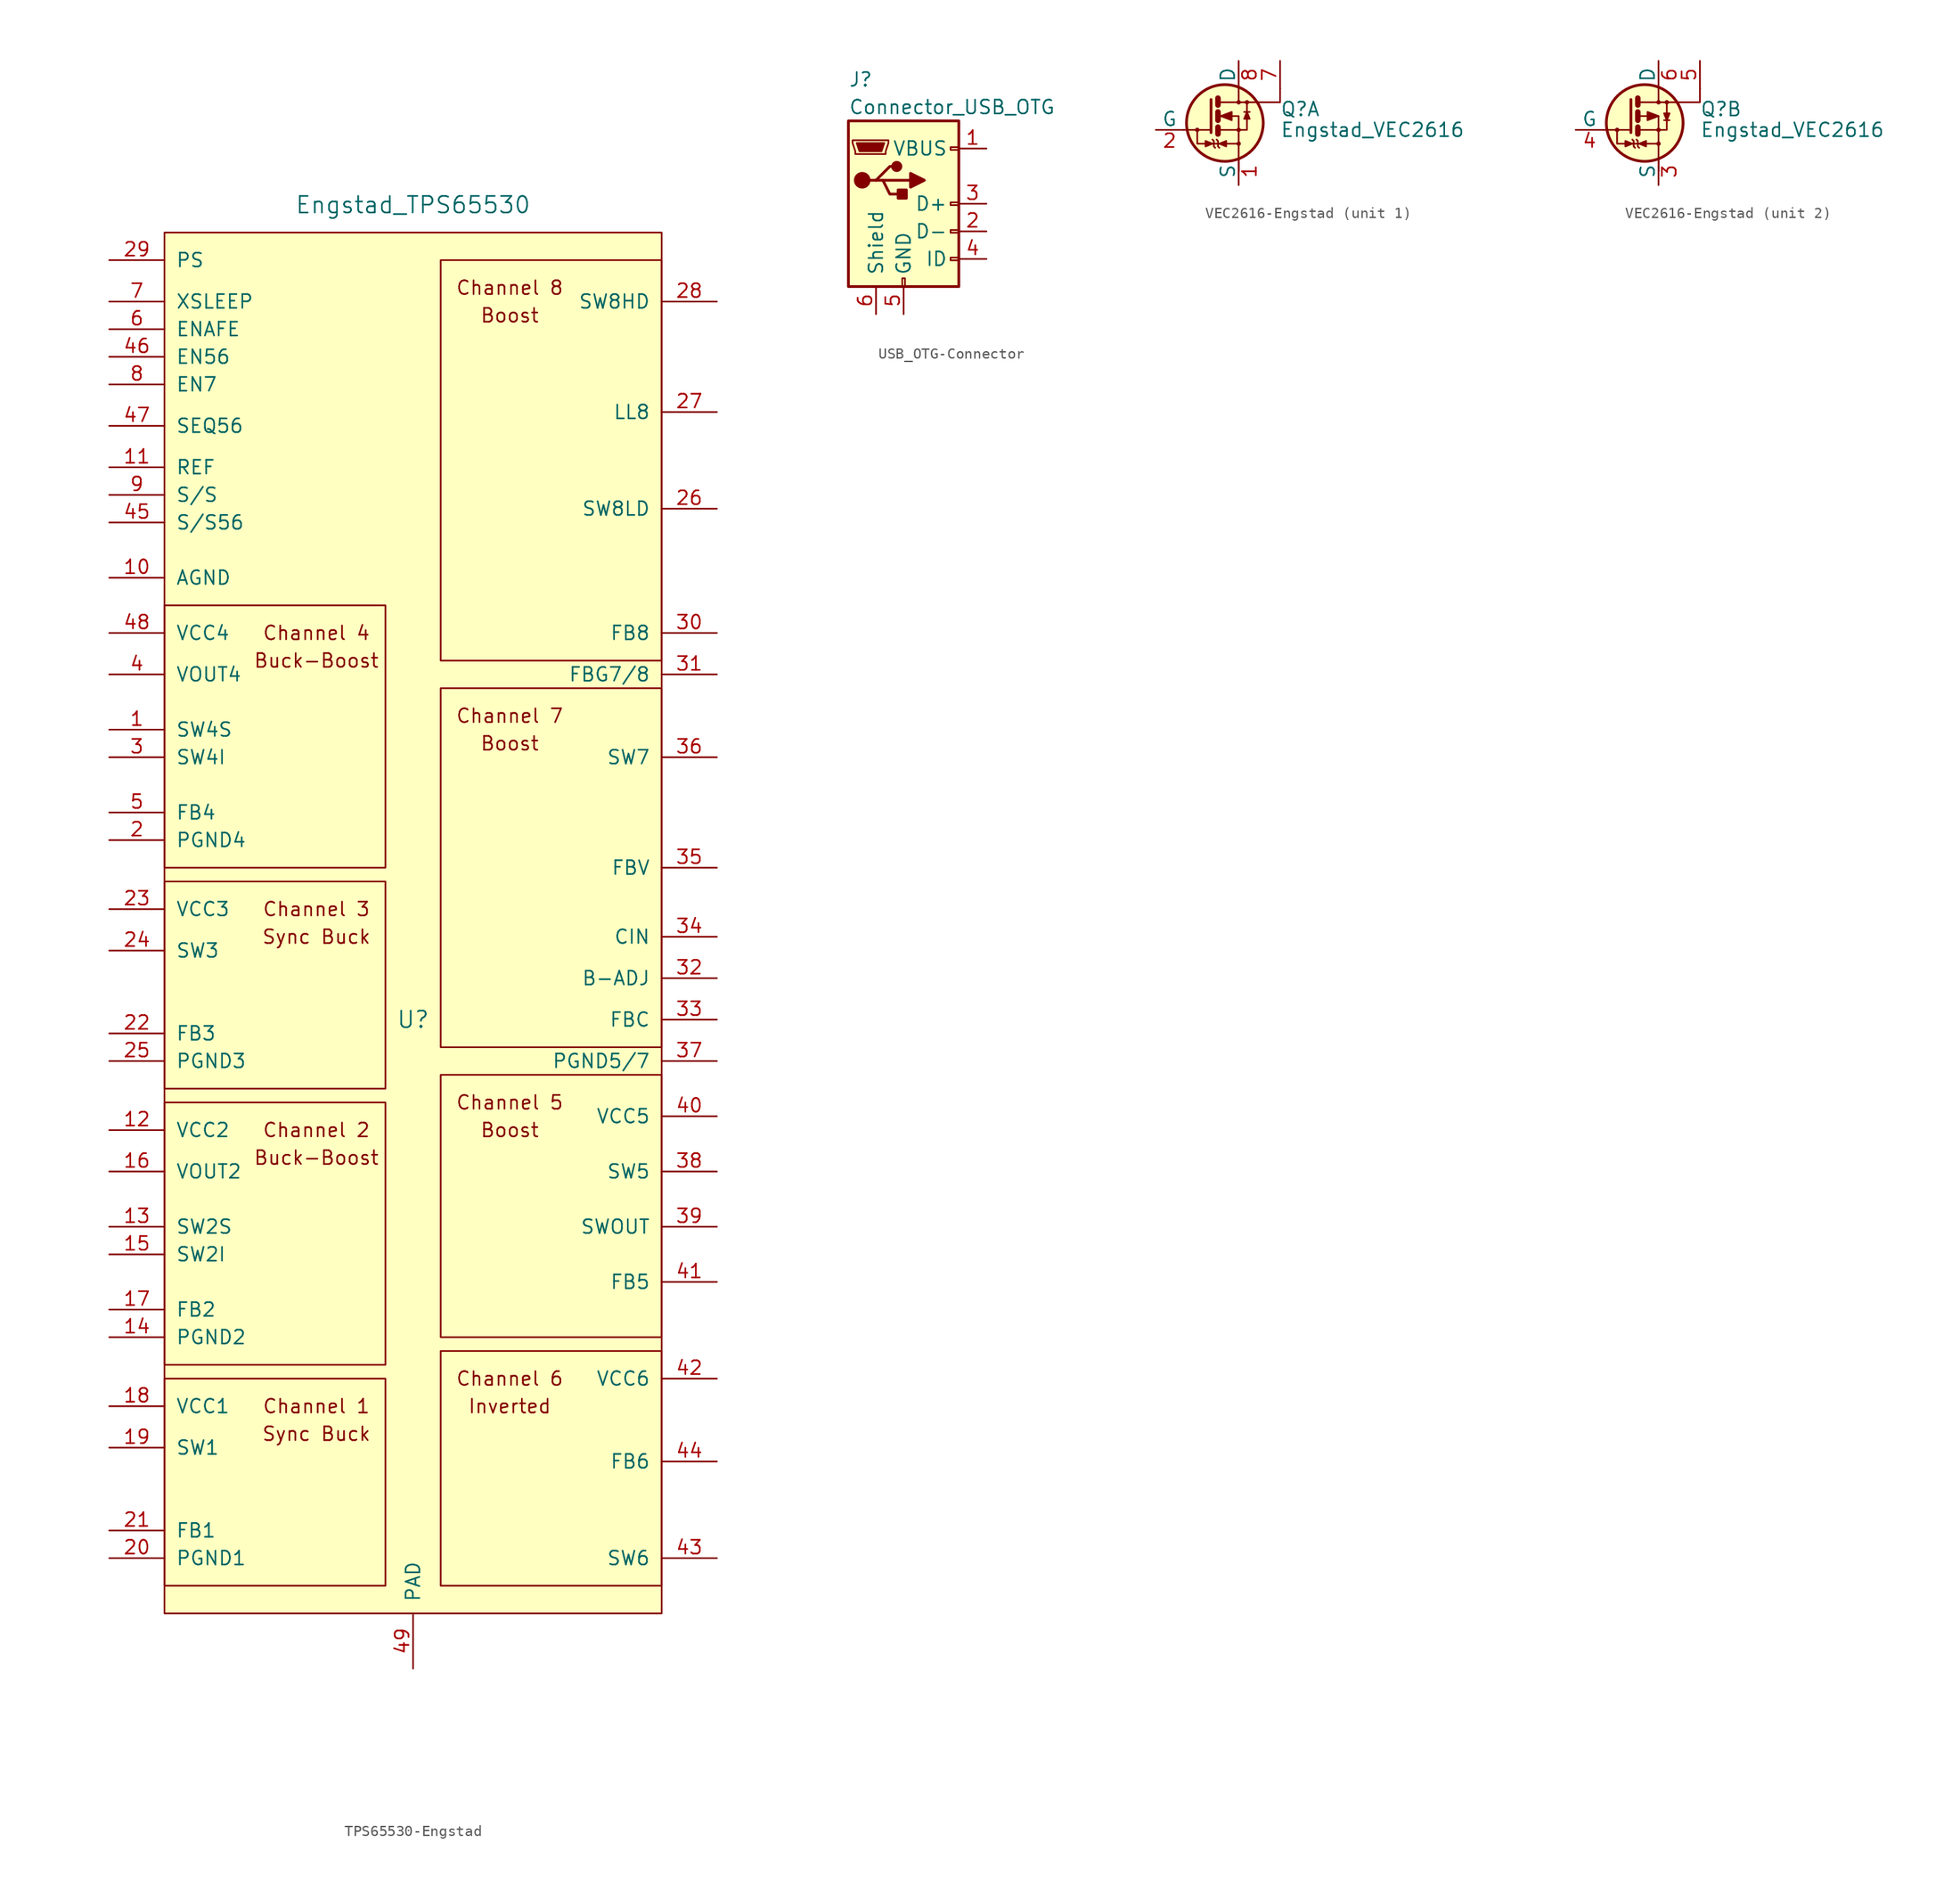
<source format=kicad_sym>
(kicad_symbol_lib
  (version 20220914)
  (generator kicad_symbol_editor)
  (symbol "TPS65530-Engstad"
    (pin_names
      (offset 1.016))
    (property "Reference" "U"
      (at 0 -8.89 0)
      (effects (font (size 1.524 1.524))))
    (property "Value" "Engstad_TPS65530"
      (at 0 66.04 0)
      (effects (font (size 1.524 1.524))))
    (property "Footprint" ""
      (at 0 0 0)
      (effects (font (size 1.524 1.524))))
    (property "Datasheet" ""
      (at 0 0 0)
      (effects (font (size 1.524 1.524))))
    (symbol "TPS65530-Engstad_0_0"
      (rectangle (start -22.86 -60.96) (end -2.54 -41.91) (stroke (width 0) (type solid)) (fill (type none)))
      (rectangle (start -22.86 -40.64) (end -2.54 -16.51) (stroke (width 0) (type solid)) (fill (type none)))
      (rectangle (start -22.86 -15.24) (end -2.54 3.81) (stroke (width 0) (type solid)) (fill (type none)))
      (rectangle (start -22.86 5.08) (end -2.54 29.21) (stroke (width 0) (type solid)) (fill (type none)))
      (rectangle (start 22.86 -39.37) (end 2.54 -60.96) (stroke (width 0) (type solid)) (fill (type none)))
      (rectangle (start 22.86 -13.97) (end 2.54 -38.1) (stroke (width 0) (type solid)) (fill (type none)))
      (rectangle (start 22.86 21.59) (end 2.54 -11.43) (stroke (width 0) (type solid)) (fill (type none)))
      (rectangle (start 22.86 60.96) (end 2.54 24.13) (stroke (width 0) (type solid)) (fill (type none)))
      (text "Boost" (at 8.89 -19.05 0) (effects (font (size 1.27 1.27))))
      (text "Boost" (at 8.89 16.51 0) (effects (font (size 1.27 1.27))))
      (text "Boost" (at 8.89 55.88 0) (effects (font (size 1.27 1.27))))
      (text "Buck-Boost" (at -8.89 -21.59 0) (effects (font (size 1.27 1.27))))
      (text "Buck-Boost" (at -8.89 24.13 0) (effects (font (size 1.27 1.27))))
      (text "Channel 1" (at -8.89 -44.45 0) (effects (font (size 1.27 1.27))))
      (text "Channel 2" (at -8.89 -19.05 0) (effects (font (size 1.27 1.27))))
      (text "Channel 3" (at -8.89 1.27 0) (effects (font (size 1.27 1.27))))
      (text "Channel 4" (at -8.89 26.67 0) (effects (font (size 1.27 1.27))))
      (text "Channel 5" (at 8.89 -16.51 0) (effects (font (size 1.27 1.27))))
      (text "Channel 6" (at 8.89 -41.91 0) (effects (font (size 1.27 1.27))))
      (text "Channel 7" (at 8.89 19.05 0) (effects (font (size 1.27 1.27))))
      (text "Channel 8" (at 8.89 58.42 0) (effects (font (size 1.27 1.27))))
      (text "Inverted" (at 8.89 -44.45 0) (effects (font (size 1.27 1.27))))
      (text "Sync Buck" (at -8.89 -46.99 0) (effects (font (size 1.27 1.27))))
      (text "Sync Buck" (at -8.89 -1.27 0) (effects (font (size 1.27 1.27)))))
    (symbol "TPS65530-Engstad_0_1"
      (rectangle (start 22.86 63.5) (end -22.86 -63.5) (stroke (width 0) (type solid)) (fill (type background))))
    (symbol "TPS65530-Engstad_1_1"
      (pin power_out line (at -27.94 17.78 0) (length 5.08) (name "SW4S" (effects (font (size 1.27 1.27)))) (number "1" (effects (font (size 1.27 1.27)))))
      (pin power_in line (at -27.94 31.75 0) (length 5.08) (name "AGND" (effects (font (size 1.27 1.27)))) (number "10" (effects (font (size 1.27 1.27)))))
      (pin power_out line (at -27.94 41.91 0) (length 5.08) (name "REF" (effects (font (size 1.27 1.27)))) (number "11" (effects (font (size 1.27 1.27)))))
      (pin power_in line (at -27.94 -19.05 0) (length 5.08) (name "VCC2" (effects (font (size 1.27 1.27)))) (number "12" (effects (font (size 1.27 1.27)))))
      (pin power_out line (at -27.94 -27.94 0) (length 5.08) (name "SW2S" (effects (font (size 1.27 1.27)))) (number "13" (effects (font (size 1.27 1.27)))))
      (pin power_in line (at -27.94 -38.1 0) (length 5.08) (name "PGND2" (effects (font (size 1.27 1.27)))) (number "14" (effects (font (size 1.27 1.27)))))
      (pin input line (at -27.94 -30.48 0) (length 5.08) (name "SW2I" (effects (font (size 1.27 1.27)))) (number "15" (effects (font (size 1.27 1.27)))))
      (pin power_out line (at -27.94 -22.86 0) (length 5.08) (name "VOUT2" (effects (font (size 1.27 1.27)))) (number "16" (effects (font (size 1.27 1.27)))))
      (pin input line (at -27.94 -35.56 0) (length 5.08) (name "FB2" (effects (font (size 1.27 1.27)))) (number "17" (effects (font (size 1.27 1.27)))))
      (pin power_in line (at -27.94 -44.45 0) (length 5.08) (name "VCC1" (effects (font (size 1.27 1.27)))) (number "18" (effects (font (size 1.27 1.27)))))
      (pin power_out line (at -27.94 -48.26 0) (length 5.08) (name "SW1" (effects (font (size 1.27 1.27)))) (number "19" (effects (font (size 1.27 1.27)))))
      (pin power_in line (at -27.94 7.62 0) (length 5.08) (name "PGND4" (effects (font (size 1.27 1.27)))) (number "2" (effects (font (size 1.27 1.27)))))
      (pin power_in line (at -27.94 -58.42 0) (length 5.08) (name "PGND1" (effects (font (size 1.27 1.27)))) (number "20" (effects (font (size 1.27 1.27)))))
      (pin input line (at -27.94 -55.88 0) (length 5.08) (name "FB1" (effects (font (size 1.27 1.27)))) (number "21" (effects (font (size 1.27 1.27)))))
      (pin input line (at -27.94 -10.16 0) (length 5.08) (name "FB3" (effects (font (size 1.27 1.27)))) (number "22" (effects (font (size 1.27 1.27)))))
      (pin power_in line (at -27.94 1.27 0) (length 5.08) (name "VCC3" (effects (font (size 1.27 1.27)))) (number "23" (effects (font (size 1.27 1.27)))))
      (pin power_out line (at -27.94 -2.54 0) (length 5.08) (name "SW3" (effects (font (size 1.27 1.27)))) (number "24" (effects (font (size 1.27 1.27)))))
      (pin power_in line (at -27.94 -12.7 0) (length 5.08) (name "PGND3" (effects (font (size 1.27 1.27)))) (number "25" (effects (font (size 1.27 1.27)))))
      (pin power_out line (at 27.94 38.1 180) (length 5.08) (name "SW8LD" (effects (font (size 1.27 1.27)))) (number "26" (effects (font (size 1.27 1.27)))))
      (pin output line (at 27.94 46.99 180) (length 5.08) (name "LL8" (effects (font (size 1.27 1.27)))) (number "27" (effects (font (size 1.27 1.27)))))
      (pin power_out line (at 27.94 57.15 180) (length 5.08) (name "SW8HD" (effects (font (size 1.27 1.27)))) (number "28" (effects (font (size 1.27 1.27)))))
      (pin input line (at -27.94 60.96 0) (length 5.08) (name "PS" (effects (font (size 1.27 1.27)))) (number "29" (effects (font (size 1.27 1.27)))))
      (pin input line (at -27.94 15.24 0) (length 5.08) (name "SW4I" (effects (font (size 1.27 1.27)))) (number "3" (effects (font (size 1.27 1.27)))))
      (pin input line (at 27.94 26.67 180) (length 5.08) (name "FB8" (effects (font (size 1.27 1.27)))) (number "30" (effects (font (size 1.27 1.27)))))
      (pin input line (at 27.94 22.86 180) (length 5.08) (name "FBG7/8" (effects (font (size 1.27 1.27)))) (number "31" (effects (font (size 1.27 1.27)))))
      (pin input line (at 27.94 -5.08 180) (length 5.08) (name "B-ADJ" (effects (font (size 1.27 1.27)))) (number "32" (effects (font (size 1.27 1.27)))))
      (pin input line (at 27.94 -8.89 180) (length 5.08) (name "FBC" (effects (font (size 1.27 1.27)))) (number "33" (effects (font (size 1.27 1.27)))))
      (pin output line (at 27.94 -1.27 180) (length 5.08) (name "CIN" (effects (font (size 1.27 1.27)))) (number "34" (effects (font (size 1.27 1.27)))))
      (pin input line (at 27.94 5.08 180) (length 5.08) (name "FBV" (effects (font (size 1.27 1.27)))) (number "35" (effects (font (size 1.27 1.27)))))
      (pin power_out line (at 27.94 15.24 180) (length 5.08) (name "SW7" (effects (font (size 1.27 1.27)))) (number "36" (effects (font (size 1.27 1.27)))))
      (pin power_in line (at 27.94 -12.7 180) (length 5.08) (name "PGND5/7" (effects (font (size 1.27 1.27)))) (number "37" (effects (font (size 1.27 1.27)))))
      (pin power_out line (at 27.94 -22.86 180) (length 5.08) (name "SW5" (effects (font (size 1.27 1.27)))) (number "38" (effects (font (size 1.27 1.27)))))
      (pin power_out line (at 27.94 -27.94 180) (length 5.08) (name "SWOUT" (effects (font (size 1.27 1.27)))) (number "39" (effects (font (size 1.27 1.27)))))
      (pin power_out line (at -27.94 22.86 0) (length 5.08) (name "VOUT4" (effects (font (size 1.27 1.27)))) (number "4" (effects (font (size 1.27 1.27)))))
      (pin power_in line (at 27.94 -17.78 180) (length 5.08) (name "VCC5" (effects (font (size 1.27 1.27)))) (number "40" (effects (font (size 1.27 1.27)))))
      (pin input line (at 27.94 -33.02 180) (length 5.08) (name "FB5" (effects (font (size 1.27 1.27)))) (number "41" (effects (font (size 1.27 1.27)))))
      (pin power_in line (at 27.94 -41.91 180) (length 5.08) (name "VCC6" (effects (font (size 1.27 1.27)))) (number "42" (effects (font (size 1.27 1.27)))))
      (pin power_out line (at 27.94 -58.42 180) (length 5.08) (name "SW6" (effects (font (size 1.27 1.27)))) (number "43" (effects (font (size 1.27 1.27)))))
      (pin input line (at 27.94 -49.53 180) (length 5.08) (name "FB6" (effects (font (size 1.27 1.27)))) (number "44" (effects (font (size 1.27 1.27)))))
      (pin bidirectional line (at -27.94 36.83 0) (length 5.08) (name "S/S56" (effects (font (size 1.27 1.27)))) (number "45" (effects (font (size 1.27 1.27)))))
      (pin input line (at -27.94 52.07 0) (length 5.08) (name "EN56" (effects (font (size 1.27 1.27)))) (number "46" (effects (font (size 1.27 1.27)))))
      (pin input line (at -27.94 45.72 0) (length 5.08) (name "SEQ56" (effects (font (size 1.27 1.27)))) (number "47" (effects (font (size 1.27 1.27)))))
      (pin power_in line (at -27.94 26.67 0) (length 5.08) (name "VCC4" (effects (font (size 1.27 1.27)))) (number "48" (effects (font (size 1.27 1.27)))))
      (pin power_in line (at 0 -68.58 90) (length 5.08) (name "PAD" (effects (font (size 1.27 1.27)))) (number "49" (effects (font (size 1.27 1.27)))))
      (pin input line (at -27.94 10.16 0) (length 5.08) (name "FB4" (effects (font (size 1.27 1.27)))) (number "5" (effects (font (size 1.27 1.27)))))
      (pin input line (at -27.94 54.61 0) (length 5.08) (name "ENAFE" (effects (font (size 1.27 1.27)))) (number "6" (effects (font (size 1.27 1.27)))))
      (pin input line (at -27.94 57.15 0) (length 5.08) (name "XSLEEP" (effects (font (size 1.27 1.27)))) (number "7" (effects (font (size 1.27 1.27)))))
      (pin input line (at -27.94 49.53 0) (length 5.08) (name "EN7" (effects (font (size 1.27 1.27)))) (number "8" (effects (font (size 1.27 1.27)))))
      (pin bidirectional line (at -27.94 39.37 0) (length 5.08) (name "S/S" (effects (font (size 1.27 1.27)))) (number "9" (effects (font (size 1.27 1.27)))))))
  (symbol "USB_OTG-Connector"
    (pin_names
      (offset 1.016))
    (property "Reference" "J"
      (at -5.08 11.43 0)
      (effects (font (size 1.27 1.27)) (justify left)))
    (property "Value" "Connector_USB_OTG"
      (at -5.08 8.89 0)
      (effects (font (size 1.27 1.27)) (justify left)))
    (symbol "USB_OTG-Connector_0_1"
      (rectangle (start -5.08 -7.62) (end 5.08 7.62) (stroke (width 0.254) (type solid)) (fill (type background)))
      (circle (center -3.81 2.159) (radius 0.635) (stroke (width 0.254) (type solid)) (fill (type outline)))
      (circle (center -0.635 3.429) (radius 0.381) (stroke (width 0.254) (type solid)) (fill (type outline)))
      (rectangle (start -0.127 -7.62) (end 0.127 -6.858) (stroke (width 0) (type solid)) (fill (type none)))
      (polyline (pts (xy -1.905 2.159) (xy 0.635 2.159)) (stroke (width 0.254) (type solid)) (fill (type none)))
      (polyline (pts (xy -3.175 2.159) (xy -2.54 2.159) (xy -1.27 3.429) (xy -0.635 3.429)) (stroke (width 0.254) (type solid)) (fill (type none)))
      (polyline (pts (xy -2.54 2.159) (xy -1.905 2.159) (xy -1.27 0.889) (xy 0 0.889)) (stroke (width 0.254) (type solid)) (fill (type none)))
      (polyline (pts (xy 0.635 2.794) (xy 0.635 1.524) (xy 1.905 2.159) (xy 0.635 2.794)) (stroke (width 0.254) (type solid)) (fill (type outline)))
      (polyline (pts (xy -4.318 5.588) (xy -1.778 5.588) (xy -2.032 4.826) (xy -4.064 4.826) (xy -4.318 5.588)) (stroke (width 0) (type solid)) (fill (type outline)))
      (polyline (pts (xy -4.699 5.842) (xy -4.699 5.588) (xy -4.445 4.826) (xy -4.445 4.572) (xy -1.651 4.572) (xy -1.651 4.826) (xy -1.397 5.588) (xy -1.397 5.842) (xy -4.699 5.842)) (stroke (width 0) (type solid)) (fill (type none)))
      (rectangle (start 0.254 1.27) (end -0.508 0.508) (stroke (width 0.254) (type solid)) (fill (type outline)))
      (rectangle (start 5.08 -5.207) (end 4.318 -4.953) (stroke (width 0) (type solid)) (fill (type none)))
      (rectangle (start 5.08 -2.667) (end 4.318 -2.413) (stroke (width 0) (type solid)) (fill (type none)))
      (rectangle (start 5.08 -0.127) (end 4.318 0.127) (stroke (width 0) (type solid)) (fill (type none)))
      (rectangle (start 5.08 4.953) (end 4.318 5.207) (stroke (width 0) (type solid)) (fill (type none))))
    (symbol "USB_OTG-Connector_1_1"
      (pin power_in line (at 7.62 5.08 180) (length 2.54) (name "VBUS" (effects (font (size 1.27 1.27)))) (number "1" (effects (font (size 1.27 1.27)))))
      (pin passive line (at 7.62 -2.54 180) (length 2.54) (name "D-" (effects (font (size 1.27 1.27)))) (number "2" (effects (font (size 1.27 1.27)))))
      (pin passive line (at 7.62 0 180) (length 2.54) (name "D+" (effects (font (size 1.27 1.27)))) (number "3" (effects (font (size 1.27 1.27)))))
      (pin passive line (at 7.62 -5.08 180) (length 2.54) (name "ID" (effects (font (size 1.27 1.27)))) (number "4" (effects (font (size 1.27 1.27)))))
      (pin power_in line (at 0 -10.16 90) (length 2.54) (name "GND" (effects (font (size 1.27 1.27)))) (number "5" (effects (font (size 1.27 1.27)))))
      (pin passive line (at -2.54 -10.16 90) (length 2.54) (name "Shield" (effects (font (size 1.27 1.27)))) (number "6" (effects (font (size 1.27 1.27)))))))
  (symbol "VEC2616-Engstad"
    (pin_names
      (offset 0))
    (property "Reference" "Q"
      (at 6.35 0.635 0)
      (effects (font (size 1.27 1.27)) (justify left)))
    (property "Value" "Engstad_VEC2616"
      (at 6.35 -1.27 0)
      (effects (font (size 1.27 1.27)) (justify left)))
    (property "Footprint" ""
      (at 6.35 -3.175 0)
      (effects (font (size 1.27 1.27)) (justify left)))
    (property "Datasheet" ""
      (at 0 -1.27 0)
      (effects (font (size 1.27 1.27)) (justify left)))
    (property "ki_locked" ""
      (at 0 0 0)
      (effects (font (size 1.27 1.27))))
    (symbol "VEC2616-Engstad_0_1"
      (circle (center -1.27 -1.27) (radius 0.127) (stroke (width 0) (type solid)) (fill (type none)))
      (polyline (pts (xy -2.54 -1.27) (xy 0 -1.27)) (stroke (width 0) (type solid)) (fill (type none)))
      (polyline (pts (xy 0.635 -1.016) (xy 0.635 -1.651)) (stroke (width 0.508) (type solid)) (fill (type none)))
      (polyline (pts (xy 0.635 0.381) (xy 0.635 -0.381)) (stroke (width 0.508) (type solid)) (fill (type none)))
      (polyline (pts (xy 0.635 1.651) (xy 0.635 1.016)) (stroke (width 0.508) (type solid)) (fill (type none)))
      (polyline (pts (xy -1.27 -1.27) (xy -1.27 -2.54) (xy 2.54 -2.54)) (stroke (width 0) (type solid)) (fill (type none)))
      (polyline (pts (xy 0 1.524) (xy 0 -1.524) (xy 0 -1.524)) (stroke (width 0.254) (type solid)) (fill (type none)))
      (polyline (pts (xy 0.762 -1.27) (xy 2.54 -1.27) (xy 2.54 -5.08)) (stroke (width 0) (type solid)) (fill (type none)))
      (polyline (pts (xy 3.302 1.27) (xy 6.35 1.27) (xy 6.35 2.54)) (stroke (width 0) (type solid)) (fill (type none)))
      (polyline (pts (xy 0.127 -2.54) (xy -0.508 -2.794) (xy -0.508 -2.286) (xy 0.127 -2.54)) (stroke (width 0) (type solid)) (fill (type outline)))
      (polyline (pts (xy 0.127 -2.159) (xy 0.254 -2.286) (xy 0.254 -2.794) (xy 0.381 -2.921)) (stroke (width 0) (type solid)) (fill (type none)))
      (polyline (pts (xy 0.508 -2.159) (xy 0.635 -2.286) (xy 0.635 -2.794) (xy 0.762 -2.921)) (stroke (width 0) (type solid)) (fill (type none)))
      (polyline (pts (xy 0.762 -2.54) (xy 1.397 -2.794) (xy 1.397 -2.286) (xy 0.762 -2.54)) (stroke (width 0) (type solid)) (fill (type outline)))
      (polyline (pts (xy 0.762 1.27) (xy 2.54 1.27) (xy 2.54 2.54) (xy 2.54 2.54)) (stroke (width 0) (type solid)) (fill (type none)))
      (polyline (pts (xy 2.54 1.27) (xy 3.302 1.27) (xy 3.302 -1.27) (xy 2.54 -1.27)) (stroke (width 0) (type solid)) (fill (type none)))
      (polyline (pts (xy 0.762 0) (xy 1.27 0) (xy 2.54 0) (xy 2.54 -1.27) (xy 2.54 -1.27)) (stroke (width 0) (type solid)) (fill (type none)))
      (circle (center 1.27 -0.635) (radius 3.531) (stroke (width 0.254) (type solid)) (fill (type background)))
      (circle (center 2.54 -2.54) (radius 0.127) (stroke (width 0) (type solid)) (fill (type none)))
      (circle (center 2.54 -1.27) (radius 0.127) (stroke (width 0) (type solid)) (fill (type none)))
      (circle (center 2.54 1.27) (radius 0.127) (stroke (width 0) (type solid)) (fill (type none)))
      (circle (center 3.302 1.27) (radius 0.127) (stroke (width 0) (type solid)) (fill (type none))))
    (symbol "VEC2616-Engstad_1_1"
      (polyline (pts (xy 3.048 0.381) (xy 3.556 0.381)) (stroke (width 0) (type solid)) (fill (type none)))
      (polyline (pts (xy 3.302 0.381) (xy 3.048 -0.254) (xy 3.556 -0.254) (xy 3.302 0.381)) (stroke (width 0) (type solid)) (fill (type outline)))
      (polyline (pts (xy 0.889 0) (xy 1.905 0.381) (xy 1.905 -0.381) (xy 0.889 0) (xy 1.016 0) (xy 1.016 0)) (stroke (width 0) (type solid)) (fill (type outline)))
      (pin passive line (at 2.54 -6.35 90) (length 2.54) (name "S" (effects (font (size 1.27 1.27)))) (number "1" (effects (font (size 1.27 1.27)))))
      (pin input line (at -5.08 -1.27 0) (length 2.54) (name "G" (effects (font (size 1.27 1.27)))) (number "2" (effects (font (size 1.27 1.27)))))
      (pin passive line (at 6.35 5.08 270) (length 2.54) (name "~" (effects (font (size 1.27 1.27)))) (number "7" (effects (font (size 1.27 1.27)))))
      (pin passive line (at 2.54 5.08 270) (length 2.54) (name "D" (effects (font (size 1.27 1.27)))) (number "8" (effects (font (size 1.27 1.27))))))
    (symbol "VEC2616-Engstad_2_1"
      (polyline (pts (xy 3.048 -0.381) (xy 3.556 -0.381)) (stroke (width 0) (type solid)) (fill (type none)))
      (polyline (pts (xy 2.54 0) (xy 1.524 0.381) (xy 1.524 -0.381) (xy 2.54 0)) (stroke (width 0) (type solid)) (fill (type outline)))
      (polyline (pts (xy 3.302 -0.381) (xy 3.048 0.254) (xy 3.556 0.254) (xy 3.302 -0.381)) (stroke (width 0) (type solid)) (fill (type outline)))
      (pin passive line (at 2.54 -6.35 90) (length 2.54) (name "S" (effects (font (size 1.27 1.27)))) (number "3" (effects (font (size 1.27 1.27)))))
      (pin input line (at -5.08 -1.27 0) (length 2.54) (name "G" (effects (font (size 1.27 1.27)))) (number "4" (effects (font (size 1.27 1.27)))))
      (pin passive line (at 6.35 5.08 270) (length 2.54) (name "~" (effects (font (size 0.737 0.737)))) (number "5" (effects (font (size 1.27 1.27)))))
      (pin passive line (at 2.54 5.08 270) (length 2.54) (name "D" (effects (font (size 1.27 1.27)))) (number "6" (effects (font (size 1.27 1.27))))))))
</source>
